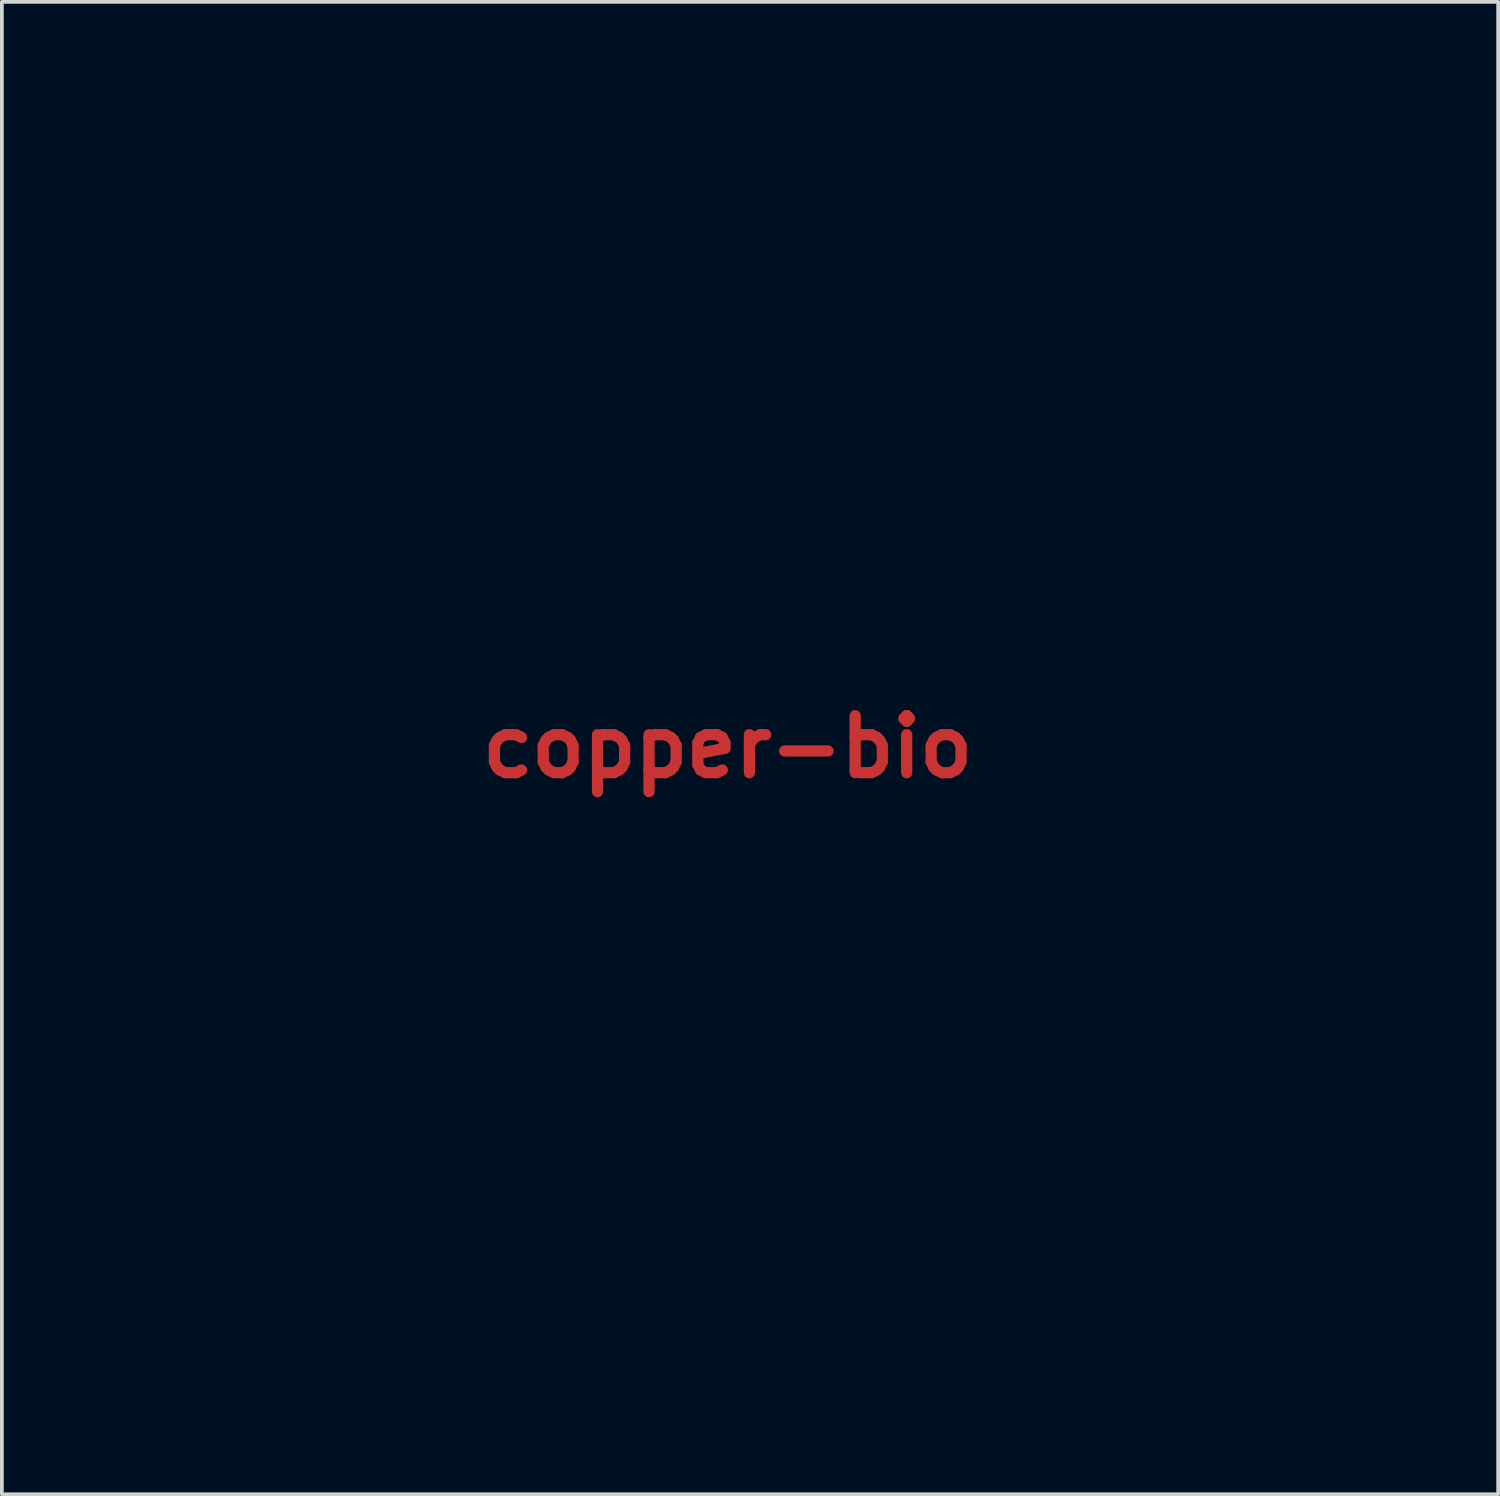
<source format=kicad_pcb>
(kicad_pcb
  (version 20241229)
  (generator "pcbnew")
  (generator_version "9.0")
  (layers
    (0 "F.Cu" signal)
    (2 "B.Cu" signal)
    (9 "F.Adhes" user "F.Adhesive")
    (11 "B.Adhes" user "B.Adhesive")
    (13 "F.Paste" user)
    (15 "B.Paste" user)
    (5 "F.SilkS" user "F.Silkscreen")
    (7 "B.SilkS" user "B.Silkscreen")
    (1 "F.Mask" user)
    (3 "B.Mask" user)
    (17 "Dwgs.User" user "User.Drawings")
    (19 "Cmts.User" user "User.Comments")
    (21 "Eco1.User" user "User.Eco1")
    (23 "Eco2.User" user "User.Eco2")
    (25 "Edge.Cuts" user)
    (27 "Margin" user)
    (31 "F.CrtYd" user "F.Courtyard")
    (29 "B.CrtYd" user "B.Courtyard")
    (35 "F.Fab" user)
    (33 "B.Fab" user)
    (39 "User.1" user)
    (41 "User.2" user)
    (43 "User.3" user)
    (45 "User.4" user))
  (footprint "copper-bio"
    (layer "F.Cu")
    (at 16.419 16.933)
    (property "Reference" "copper-bio" (at 0 0 0) (layer "F.Cu") (effects (font (size 1.524 1.524) (thickness 0.3))))
    (attr through_hole)
    (fp_poly (pts (xy -12.578 4.315) (xy -12.534 4.397) (xy -12.531 4.443) (xy -12.606 4.507) (xy -12.806 4.606) (xy -13.094 4.727) (xy -13.433 4.856) (xy -13.787 4.981) (xy -14.117 5.087) (xy -14.386 5.162) (xy -14.559 5.192) (xy -14.599 5.185) (xy -14.642 5.067) (xy -14.647 5) (xy -14.595 4.919) (xy -14.428 4.822) (xy -14.129 4.7) (xy -13.682 4.545) (xy -13.674 4.543) (xy -13.219 4.398) (xy -12.899 4.313) (xy -12.693 4.286) (xy -12.578 4.315)) (stroke (width 0.01) (type solid)) (fill yes) (layer "F.Mask"))
    (fp_poly (pts (xy -7.686 11.149) (xy -7.639 11.197) (xy -7.63 11.289) (xy -7.705 11.461) (xy -7.872 11.729) (xy -8.14 12.107) (xy -8.414 12.481) (xy -8.606 12.737) (xy -8.735 12.895) (xy -8.821 12.972) (xy -8.884 12.987) (xy -8.942 12.958) (xy -8.994 12.919) (xy -9.047 12.863) (xy -9.053 12.785) (xy -8.999 12.661) (xy -8.875 12.466) (xy -8.666 12.177) (xy -8.498 11.951) (xy -8.251 11.626) (xy -8.037 11.358) (xy -7.877 11.171) (xy -7.794 11.092) (xy -7.791 11.091) (xy -7.686 11.149)) (stroke (width 0.01) (type solid)) (fill yes) (layer "F.Mask"))
    (fp_poly (pts (xy 10.096 -12.76) (xy 10.109 -12.695) (xy 10.06 -12.586) (xy 9.933 -12.382) (xy 9.755 -12.116) (xy 9.547 -11.82) (xy 9.334 -11.528) (xy 9.14 -11.274) (xy 8.989 -11.089) (xy 8.904 -11.009) (xy 8.899 -11.008) (xy 8.79 -11.049) (xy 8.732 -11.083) (xy 8.68 -11.12) (xy 8.66 -11.167) (xy 8.684 -11.248) (xy 8.764 -11.384) (xy 8.912 -11.598) (xy 9.141 -11.914) (xy 9.305 -12.138) (xy 9.596 -12.514) (xy 9.815 -12.753) (xy 9.957 -12.848) (xy 9.982 -12.849) (xy 10.096 -12.76)) (stroke (width 0.01) (type solid)) (fill yes) (layer "F.Mask"))
    (fp_poly (pts (xy 14.683 1.79) (xy 14.952 1.82) (xy 15.285 1.864) (xy 15.642 1.915) (xy 15.981 1.967) (xy 16.262 2.014) (xy 16.442 2.05) (xy 16.486 2.065) (xy 16.484 2.156) (xy 16.461 2.232) (xy 16.331 2.341) (xy 16.067 2.35) (xy 15.917 2.323) (xy 15.779 2.3) (xy 15.52 2.262) (xy 15.187 2.216) (xy 15.05 2.197) (xy 14.69 2.145) (xy 14.468 2.097) (xy 14.352 2.042) (xy 14.311 1.97) (xy 14.309 1.939) (xy 14.363 1.811) (xy 14.521 1.778) (xy 14.683 1.79)) (stroke (width 0.01) (type solid)) (fill yes) (layer "F.Mask"))
    (fp_poly (pts (xy 15.736 -5.095) (xy 15.771 -4.999) (xy 15.772 -4.922) (xy 15.714 -4.851) (xy 15.571 -4.773) (xy 15.319 -4.674) (xy 14.933 -4.542) (xy 14.871 -4.521) (xy 14.492 -4.395) (xy 14.168 -4.287) (xy 13.936 -4.209) (xy 13.833 -4.174) (xy 13.741 -4.215) (xy 13.691 -4.318) (xy 13.693 -4.476) (xy 13.744 -4.535) (xy 13.944 -4.605) (xy 14.232 -4.703) (xy 14.57 -4.816) (xy 14.92 -4.931) (xy 15.241 -5.035) (xy 15.497 -5.115) (xy 15.647 -5.16) (xy 15.67 -5.165) (xy 15.736 -5.095)) (stroke (width 0.01) (type solid)) (fill yes) (layer "F.Mask"))
    (fp_poly (pts (xy -15.13 -2.331) (xy -14.921 -2.303) (xy -14.623 -2.261) (xy -14.275 -2.21) (xy -13.916 -2.158) (xy -13.586 -2.108) (xy -13.323 -2.068) (xy -13.168 -2.043) (xy -13.145 -2.038) (xy -13.127 -1.961) (xy -13.123 -1.863) (xy -13.131 -1.784) (xy -13.169 -1.733) (xy -13.263 -1.711) (xy -13.437 -1.716) (xy -13.717 -1.749) (xy -14.127 -1.81) (xy -14.393 -1.851) (xy -14.789 -1.916) (xy -15.045 -1.968) (xy -15.189 -2.017) (xy -15.249 -2.075) (xy -15.254 -2.15) (xy -15.253 -2.159) (xy -15.224 -2.302) (xy -15.211 -2.339) (xy -15.13 -2.331)) (stroke (width 0.01) (type solid)) (fill yes) (layer "F.Mask"))
    (fp_poly (pts (xy -12.818 -3.431) (xy -12.815 -3.323) (xy -12.861 -3.136) (xy -12.912 -2.9) (xy -12.965 -2.716) (xy -13.019 -2.634) (xy -13.024 -2.634) (xy -13.124 -2.655) (xy -13.355 -2.708) (xy -13.681 -2.784) (xy -14.055 -2.873) (xy -14.475 -2.975) (xy -14.757 -3.056) (xy -14.929 -3.125) (xy -15.019 -3.195) (xy -15.054 -3.277) (xy -15.055 -3.287) (xy -15.068 -3.376) (xy -15.056 -3.432) (xy -14.993 -3.453) (xy -14.854 -3.44) (xy -14.61 -3.391) (xy -14.236 -3.307) (xy -14.082 -3.272) (xy -13.219 -3.075) (xy -13.17 -3.273) (xy -13.063 -3.439) (xy -12.947 -3.471) (xy -12.818 -3.431)) (stroke (width 0.01) (type solid)) (fill yes) (layer "F.Mask"))
    (fp_poly (pts (xy -14.533 -4.782) (xy -14.299 -4.732) (xy -13.983 -4.643) (xy -13.746 -4.568) (xy -13.365 -4.446) (xy -13.112 -4.379) (xy -12.96 -4.363) (xy -12.879 -4.392) (xy -12.861 -4.414) (xy -12.794 -4.575) (xy -12.786 -4.628) (xy -12.718 -4.689) (xy -12.615 -4.681) (xy -12.502 -4.646) (xy -12.458 -4.589) (xy -12.475 -4.462) (xy -12.544 -4.222) (xy -12.601 -4.061) (xy -12.674 -3.959) (xy -12.791 -3.916) (xy -12.978 -3.931) (xy -13.26 -4.005) (xy -13.665 -4.137) (xy -13.864 -4.205) (xy -14.304 -4.367) (xy -14.587 -4.502) (xy -14.723 -4.618) (xy -14.721 -4.72) (xy -14.645 -4.785) (xy -14.533 -4.782)) (stroke (width 0.01) (type solid)) (fill yes) (layer "F.Mask"))
    (fp_poly (pts (xy 14.041 3.936) (xy 14.176 3.982) (xy 14.432 4.064) (xy 14.77 4.169) (xy 15.048 4.255) (xy 15.456 4.387) (xy 15.721 4.49) (xy 15.867 4.578) (xy 15.917 4.659) (xy 15.917 4.669) (xy 15.886 4.813) (xy 15.854 4.85) (xy 15.752 4.84) (xy 15.525 4.786) (xy 15.209 4.697) (xy 14.922 4.609) (xy 14.539 4.49) (xy 14.289 4.421) (xy 14.143 4.397) (xy 14.075 4.416) (xy 14.055 4.473) (xy 14.055 4.491) (xy 13.994 4.671) (xy 13.839 4.729) (xy 13.758 4.711) (xy 13.694 4.659) (xy 13.691 4.548) (xy 13.752 4.334) (xy 13.772 4.274) (xy 13.87 4.034) (xy 13.96 3.934) (xy 14.041 3.936)) (stroke (width 0.01) (type solid)) (fill yes) (layer "F.Mask"))
    (fp_poly (pts (xy 14.259 2.741) (xy 14.481 2.777) (xy 14.805 2.838) (xy 15.197 2.918) (xy 15.259 2.931) (xy 15.697 3.026) (xy 15.994 3.1) (xy 16.174 3.161) (xy 16.262 3.218) (xy 16.283 3.281) (xy 16.278 3.313) (xy 16.241 3.401) (xy 16.168 3.449) (xy 16.029 3.456) (xy 15.797 3.423) (xy 15.442 3.348) (xy 15.24 3.302) (xy 14.863 3.215) (xy 14.62 3.165) (xy 14.481 3.151) (xy 14.414 3.175) (xy 14.39 3.236) (xy 14.378 3.322) (xy 14.293 3.486) (xy 14.19 3.543) (xy 14.096 3.544) (xy 14.059 3.476) (xy 14.068 3.297) (xy 14.085 3.169) (xy 14.123 2.927) (xy 14.157 2.768) (xy 14.169 2.736) (xy 14.259 2.741)) (stroke (width 0.01) (type solid)) (fill yes) (layer "F.Mask"))
    (fp_poly (pts (xy 7.913 11.882) (xy 8.003 11.971) (xy 8.168 12.206) (xy 8.409 12.588) (xy 8.726 13.118) (xy 8.838 13.309) (xy 9.07 13.707) (xy 8.729 13.881) (xy 8.489 14) (xy 8.355 14.043) (xy 8.285 14.012) (xy 8.237 13.912) (xy 8.237 13.912) (xy 8.227 13.779) (xy 8.261 13.741) (xy 8.461 13.643) (xy 8.508 13.522) (xy 8.425 13.347) (xy 8.298 13.199) (xy 8.177 13.186) (xy 8.128 13.208) (xy 7.972 13.233) (xy 7.854 13.166) (xy 7.813 13.055) (xy 7.891 12.946) (xy 7.899 12.942) (xy 8.008 12.857) (xy 8.029 12.748) (xy 7.958 12.573) (xy 7.824 12.348) (xy 7.697 12.127) (xy 7.666 11.998) (xy 7.718 11.928) (xy 7.865 11.878) (xy 7.913 11.882)) (stroke (width 0.01) (type solid)) (fill yes) (layer "F.Mask"))
    (fp_poly (pts (xy -7.029 -13.929) (xy -6.947 -13.804) (xy -7.014 -13.651) (xy -7.087 -13.586) (xy -7.182 -13.483) (xy -7.167 -13.345) (xy -7.131 -13.258) (xy -7.025 -13.1) (xy -6.88 -13.075) (xy -6.826 -13.086) (xy -6.636 -13.087) (xy -6.546 -13.002) (xy -6.585 -12.873) (xy -6.648 -12.816) (xy -6.73 -12.742) (xy -6.747 -12.655) (xy -6.692 -12.509) (xy -6.573 -12.283) (xy -6.447 -12.043) (xy -6.398 -11.907) (xy -6.421 -11.832) (xy -6.507 -11.775) (xy -6.583 -11.753) (xy -6.663 -11.786) (xy -6.764 -11.896) (xy -6.903 -12.105) (xy -7.1 -12.433) (xy -7.187 -12.583) (xy -7.386 -12.933) (xy -7.55 -13.231) (xy -7.662 -13.446) (xy -7.705 -13.547) (xy -7.705 -13.548) (xy -7.636 -13.643) (xy -7.47 -13.762) (xy -7.271 -13.87) (xy -7.099 -13.931) (xy -7.029 -13.929)) (stroke (width 0.01) (type solid)) (fill yes) (layer "F.Mask"))
    (fp_poly (pts (xy 10.925 10.837) (xy 11.686 11.642) (xy 11.39 11.917) (xy 11.182 12.081) (xy 10.999 12.18) (xy 10.94 12.192) (xy 10.822 12.131) (xy 10.625 11.967) (xy 10.377 11.725) (xy 10.177 11.51) (xy 9.928 11.225) (xy 9.728 10.982) (xy 9.601 10.812) (xy 9.567 10.747) (xy 9.58 10.722) (xy 10.045 10.722) (xy 10.11 10.854) (xy 10.277 11.06) (xy 10.458 11.255) (xy 10.726 11.529) (xy 10.906 11.691) (xy 11.02 11.756) (xy 11.092 11.74) (xy 11.12 11.705) (xy 11.084 11.618) (xy 10.957 11.44) (xy 10.761 11.202) (xy 10.663 11.092) (xy 10.408 10.82) (xy 10.235 10.667) (xy 10.124 10.618) (xy 10.068 10.641) (xy 10.045 10.722) (xy 9.58 10.722) (xy 9.621 10.643) (xy 9.759 10.468) (xy 9.866 10.349) (xy 10.165 10.033) (xy 10.925 10.837)) (stroke (width 0.01) (type solid)) (fill yes) (layer "F.Mask"))
    (fp_poly (pts (xy 16.585 0.305) (xy 16.581 0.434) (xy 16.548 0.546) (xy 16.462 0.614) (xy 16.282 0.656) (xy 16.022 0.686) (xy 15.673 0.727) (xy 15.492 0.768) (xy 15.478 0.811) (xy 15.63 0.855) (xy 15.808 0.885) (xy 16.18 0.944) (xy 16.414 0.998) (xy 16.54 1.059) (xy 16.59 1.14) (xy 16.595 1.195) (xy 16.525 1.315) (xy 16.345 1.354) (xy 16.129 1.312) (xy 16.014 1.282) (xy 15.774 1.225) (xy 15.449 1.151) (xy 15.219 1.1) (xy 14.841 1.013) (xy 14.6 0.945) (xy 14.464 0.882) (xy 14.406 0.811) (xy 14.393 0.723) (xy 14.404 0.633) (xy 14.458 0.57) (xy 14.584 0.523) (xy 14.815 0.481) (xy 15.181 0.434) (xy 15.219 0.429) (xy 15.61 0.381) (xy 15.969 0.333) (xy 16.24 0.295) (xy 16.327 0.281) (xy 16.516 0.26) (xy 16.585 0.305)) (stroke (width 0.01) (type solid)) (fill yes) (layer "F.Mask"))
    (fp_poly (pts (xy -15.155 -1.322) (xy -14.9 -1.272) (xy -14.52 -1.183) (xy -14.224 -1.112) (xy -13.803 -1.007) (xy -13.52 -0.925) (xy -13.348 -0.855) (xy -13.258 -0.784) (xy -13.225 -0.702) (xy -13.224 -0.696) (xy -13.218 -0.608) (xy -13.25 -0.543) (xy -13.344 -0.493) (xy -13.526 -0.449) (xy -13.823 -0.404) (xy -14.26 -0.348) (xy -14.301 -0.342) (xy -14.752 -0.289) (xy -15.062 -0.262) (xy -15.257 -0.262) (xy -15.362 -0.293) (xy -15.404 -0.354) (xy -15.409 -0.412) (xy -15.344 -0.53) (xy -15.142 -0.613) (xy -14.792 -0.665) (xy -14.393 -0.686) (xy -14.222 -0.693) (xy -14.168 -0.709) (xy -14.245 -0.738) (xy -14.466 -0.79) (xy -14.69 -0.837) (xy -15.031 -0.914) (xy -15.239 -0.98) (xy -15.347 -1.052) (xy -15.391 -1.146) (xy -15.394 -1.166) (xy -15.403 -1.257) (xy -15.382 -1.314) (xy -15.307 -1.336) (xy -15.155 -1.322)) (stroke (width 0.01) (type solid)) (fill yes) (layer "F.Mask"))
    (fp_poly (pts (xy -10.969 7.713) (xy -10.931 7.744) (xy -10.845 7.872) (xy -10.885 8.013) (xy -10.908 8.053) (xy -10.975 8.222) (xy -10.902 8.313) (xy -10.683 8.34) (xy -10.496 8.386) (xy -10.434 8.473) (xy -10.474 8.56) (xy -10.634 8.681) (xy -10.926 8.845) (xy -11.33 9.044) (xy -11.695 9.215) (xy -12.007 9.354) (xy -12.233 9.448) (xy -12.34 9.483) (xy -12.34 9.483) (xy -12.442 9.415) (xy -12.48 9.347) (xy -12.453 9.227) (xy -12.311 9.011) (xy -12.222 8.902) (xy -11.811 8.902) (xy -11.493 8.753) (xy -11.289 8.633) (xy -11.245 8.539) (xy -11.261 8.517) (xy -11.374 8.505) (xy -11.553 8.64) (xy -11.579 8.666) (xy -11.811 8.902) (xy -12.222 8.902) (xy -12.05 8.694) (xy -11.797 8.412) (xy -11.493 8.084) (xy -11.279 7.866) (xy -11.135 7.743) (xy -11.038 7.697) (xy -10.969 7.713)) (stroke (width 0.01) (type solid)) (fill yes) (layer "F.Mask"))
    (fp_poly (pts (xy -11.691 6.6) (xy -11.544 6.744) (xy -11.423 6.966) (xy -11.362 7.192) (xy -11.371 7.312) (xy -11.467 7.408) (xy -11.676 7.551) (xy -11.958 7.72) (xy -12.273 7.893) (xy -12.581 8.047) (xy -12.84 8.161) (xy -13.011 8.212) (xy -13.026 8.213) (xy -13.202 8.148) (xy -13.33 8.024) (xy -13.439 7.766) (xy -13.431 7.512) (xy -13.321 7.31) (xy -13.124 7.205) (xy -13.069 7.199) (xy -12.951 7.259) (xy -12.917 7.399) (xy -12.978 7.547) (xy -13.016 7.583) (xy -13.111 7.706) (xy -13.081 7.779) (xy -12.97 7.783) (xy -12.764 7.713) (xy -12.504 7.59) (xy -12.232 7.44) (xy -11.991 7.284) (xy -11.823 7.146) (xy -11.769 7.057) (xy -11.817 6.972) (xy -11.949 6.988) (xy -12.137 6.977) (xy -12.259 6.847) (xy -12.275 6.766) (xy -12.205 6.678) (xy -12.036 6.608) (xy -11.84 6.576) (xy -11.691 6.6)) (stroke (width 0.01) (type solid)) (fill yes) (layer "F.Mask"))
    (fp_poly (pts (xy -4.749 -14.774) (xy -4.71 -14.722) (xy -4.608 -14.543) (xy -4.572 -14.423) (xy -4.635 -14.318) (xy -4.773 -14.294) (xy -4.913 -14.357) (xy -4.954 -14.407) (xy -5.069 -14.504) (xy -5.144 -14.491) (xy -5.181 -14.415) (xy -5.157 -14.252) (xy -5.066 -13.979) (xy -4.971 -13.737) (xy -4.81 -13.371) (xy -4.686 -13.159) (xy -4.601 -13.106) (xy -4.597 -13.108) (xy -4.522 -13.233) (xy -4.515 -13.333) (xy -4.473 -13.48) (xy -4.351 -13.525) (xy -4.21 -13.46) (xy -4.15 -13.379) (xy -4.092 -13.131) (xy -4.192 -12.926) (xy -4.419 -12.792) (xy -4.689 -12.714) (xy -4.857 -12.718) (xy -4.969 -12.803) (xy -4.971 -12.806) (xy -5.057 -12.96) (xy -5.174 -13.222) (xy -5.303 -13.544) (xy -5.425 -13.878) (xy -5.524 -14.176) (xy -5.581 -14.389) (xy -5.588 -14.446) (xy -5.52 -14.663) (xy -5.31 -14.808) (xy -5.104 -14.867) (xy -4.893 -14.876) (xy -4.749 -14.774)) (stroke (width 0.01) (type solid)) (fill yes) (layer "F.Mask"))
    (fp_poly (pts (xy -8.244 -13.083) (xy -8.256 -12.922) (xy -8.335 -12.79) (xy -8.43 -12.644) (xy -8.396 -12.502) (xy -8.367 -12.454) (xy -8.217 -12.298) (xy -8.061 -12.309) (xy -7.983 -12.37) (xy -7.888 -12.402) (xy -7.794 -12.284) (xy -7.741 -12.138) (xy -7.807 -12.063) (xy -7.828 -12.055) (xy -7.94 -11.978) (xy -7.928 -11.86) (xy -7.805 -11.682) (xy -7.674 -11.555) (xy -7.547 -11.554) (xy -7.455 -11.597) (xy -7.296 -11.658) (xy -7.204 -11.611) (xy -7.187 -11.587) (xy -7.122 -11.462) (xy -7.114 -11.43) (xy -7.177 -11.36) (xy -7.328 -11.244) (xy -7.51 -11.121) (xy -7.665 -11.03) (xy -7.728 -11.007) (xy -7.803 -11.07) (xy -7.944 -11.235) (xy -8.109 -11.451) (xy -8.441 -11.906) (xy -8.681 -12.244) (xy -8.836 -12.488) (xy -8.912 -12.661) (xy -8.915 -12.783) (xy -8.851 -12.877) (xy -8.726 -12.966) (xy -8.557 -13.065) (xy -8.38 -13.159) (xy -8.292 -13.162) (xy -8.244 -13.083)) (stroke (width 0.01) (type solid)) (fill yes) (layer "F.Mask"))
    (fp_poly (pts (xy 6.187 12.885) (xy 6.266 12.978) (xy 6.378 13.192) (xy 6.509 13.486) (xy 6.641 13.818) (xy 6.759 14.147) (xy 6.848 14.432) (xy 6.89 14.633) (xy 6.887 14.694) (xy 6.754 14.839) (xy 6.513 14.945) (xy 6.231 14.986) (xy 6.036 14.907) (xy 5.936 14.761) (xy 5.877 14.584) (xy 5.915 14.487) (xy 5.944 14.466) (xy 6.112 14.399) (xy 6.215 14.476) (xy 6.235 14.52) (xy 6.322 14.616) (xy 6.442 14.649) (xy 6.517 14.604) (xy 6.52 14.584) (xy 6.488 14.439) (xy 6.404 14.209) (xy 6.287 13.934) (xy 6.158 13.658) (xy 6.035 13.422) (xy 5.939 13.269) (xy 5.895 13.235) (xy 5.822 13.335) (xy 5.815 13.428) (xy 5.765 13.607) (xy 5.619 13.71) (xy 5.58 13.715) (xy 5.49 13.644) (xy 5.421 13.474) (xy 5.392 13.276) (xy 5.419 13.122) (xy 5.558 13.003) (xy 5.789 12.911) (xy 6.036 12.869) (xy 6.187 12.885)) (stroke (width 0.01) (type solid)) (fill yes) (layer "F.Mask"))
    (fp_poly (pts (xy 9.056 11.155) (xy 9.198 11.325) (xy 9.389 11.568) (xy 9.603 11.852) (xy 9.817 12.144) (xy 10.006 12.411) (xy 10.146 12.62) (xy 10.211 12.735) (xy 10.177 12.859) (xy 10.027 13.024) (xy 9.967 13.072) (xy 9.757 13.226) (xy 9.639 13.28) (xy 9.573 13.241) (xy 9.53 13.148) (xy 9.548 12.977) (xy 9.643 12.873) (xy 9.755 12.773) (xy 9.754 12.685) (xy 9.651 12.547) (xy 9.509 12.416) (xy 9.376 12.416) (xy 9.326 12.439) (xy 9.164 12.478) (xy 9.056 12.399) (xy 8.999 12.281) (xy 9.082 12.175) (xy 9.106 12.157) (xy 9.207 12.066) (xy 9.205 11.971) (xy 9.116 11.821) (xy 8.996 11.655) (xy 8.898 11.611) (xy 8.753 11.667) (xy 8.706 11.692) (xy 8.535 11.74) (xy 8.436 11.685) (xy 8.408 11.592) (xy 8.498 11.461) (xy 8.633 11.338) (xy 8.821 11.19) (xy 8.957 11.102) (xy 8.986 11.091) (xy 9.056 11.155)) (stroke (width 0.01) (type solid)) (fill yes) (layer "F.Mask"))
    (fp_poly (pts (xy 15.153 -6.642) (xy 15.111 -6.513) (xy 14.93 -6.369) (xy 14.753 -6.279) (xy 14.351 -6.102) (xy 14.871 -6.099) (xy 15.184 -6.085) (xy 15.363 -6.043) (xy 15.442 -5.965) (xy 15.443 -5.962) (xy 15.48 -5.844) (xy 15.456 -5.779) (xy 15.342 -5.755) (xy 15.106 -5.763) (xy 14.922 -5.775) (xy 14.351 -5.816) (xy 13.974 -5.363) (xy 13.778 -5.138) (xy 13.621 -4.976) (xy 13.536 -4.911) (xy 13.535 -4.911) (xy 13.464 -4.98) (xy 13.417 -5.088) (xy 13.417 -5.247) (xy 13.532 -5.435) (xy 13.64 -5.554) (xy 13.795 -5.74) (xy 13.812 -5.829) (xy 13.695 -5.819) (xy 13.461 -5.715) (xy 13.287 -5.636) (xy 13.194 -5.652) (xy 13.126 -5.752) (xy 13.082 -5.896) (xy 13.102 -5.955) (xy 13.287 -6.053) (xy 13.565 -6.181) (xy 13.896 -6.323) (xy 14.244 -6.465) (xy 14.571 -6.591) (xy 14.838 -6.685) (xy 15.008 -6.734) (xy 15.045 -6.736) (xy 15.153 -6.642)) (stroke (width 0.01) (type solid)) (fill yes) (layer "F.Mask"))
    (fp_poly (pts (xy -12.307 5.127) (xy -12.312 5.304) (xy -12.412 5.503) (xy -12.485 5.585) (xy -12.655 5.768) (xy -12.683 5.862) (xy -12.57 5.863) (xy -12.389 5.799) (xy -12.173 5.723) (xy -12.056 5.73) (xy -12.009 5.777) (xy -11.961 5.921) (xy -11.965 5.963) (xy -12.044 6.015) (xy -12.242 6.117) (xy -12.523 6.253) (xy -12.851 6.406) (xy -13.189 6.559) (xy -13.502 6.695) (xy -13.752 6.799) (xy -13.903 6.854) (xy -13.927 6.858) (xy -13.974 6.792) (xy -14.003 6.724) (xy -14.042 6.602) (xy -14.019 6.523) (xy -13.901 6.447) (xy -13.695 6.353) (xy -13.335 6.193) (xy -13.777 6.187) (xy -14.061 6.168) (xy -14.225 6.11) (xy -14.306 6.017) (xy -14.376 5.869) (xy -14.393 5.812) (xy -14.316 5.797) (xy -14.112 5.795) (xy -13.822 5.807) (xy -13.78 5.809) (xy -13.166 5.849) (xy -12.827 5.423) (xy -12.64 5.208) (xy -12.486 5.064) (xy -12.404 5.024) (xy -12.307 5.127)) (stroke (width 0.01) (type solid)) (fill yes) (layer "F.Mask"))
    (fp_poly (pts (xy -3.254 -15.365) (xy -3.155 -15.272) (xy -3.065 -15.085) (xy -2.968 -14.78) (xy -2.858 -14.377) (xy -2.758 -13.977) (xy -2.707 -13.706) (xy -2.701 -13.534) (xy -2.736 -13.428) (xy -2.742 -13.419) (xy -2.874 -13.329) (xy -3.089 -13.258) (xy -3.321 -13.219) (xy -3.508 -13.224) (xy -3.578 -13.262) (xy -3.618 -13.37) (xy -3.689 -13.604) (xy -3.78 -13.927) (xy -3.857 -14.208) (xy -3.967 -14.64) (xy -4.004 -14.857) (xy -3.581 -14.857) (xy -3.565 -14.581) (xy -3.468 -14.158) (xy -3.433 -14.034) (xy -3.325 -13.72) (xy -3.229 -13.567) (xy -3.14 -13.567) (xy -3.098 -13.619) (xy -3.094 -13.734) (xy -3.134 -13.949) (xy -3.205 -14.22) (xy -3.292 -14.504) (xy -3.382 -14.756) (xy -3.462 -14.931) (xy -3.517 -14.986) (xy -3.581 -14.857) (xy -4.004 -14.857) (xy -4.018 -14.939) (xy -4.004 -15.134) (xy -3.917 -15.253) (xy -3.749 -15.325) (xy -3.551 -15.367) (xy -3.381 -15.389) (xy -3.254 -15.365)) (stroke (width 0.01) (type solid)) (fill yes) (layer "F.Mask"))
    (fp_poly (pts (xy 12.213 7.834) (xy 12.408 7.952) (xy 12.675 8.123) (xy 12.981 8.323) (xy 13.292 8.531) (xy 13.574 8.725) (xy 13.794 8.882) (xy 13.877 8.944) (xy 13.852 9.019) (xy 13.763 9.18) (xy 13.645 9.373) (xy 13.531 9.546) (xy 13.452 9.644) (xy 13.44 9.651) (xy 13.362 9.611) (xy 13.293 9.569) (xy 13.212 9.486) (xy 13.242 9.369) (xy 13.282 9.3) (xy 13.35 9.152) (xy 13.303 9.042) (xy 13.207 8.957) (xy 13.056 8.856) (xy 12.949 8.869) (xy 12.876 8.926) (xy 12.712 9.007) (xy 12.586 8.967) (xy 12.548 8.84) (xy 12.59 8.73) (xy 12.642 8.599) (xy 12.576 8.495) (xy 12.478 8.425) (xy 12.272 8.338) (xy 12.104 8.346) (xy 12.024 8.445) (xy 12.023 8.464) (xy 11.961 8.539) (xy 11.833 8.54) (xy 11.725 8.465) (xy 11.734 8.345) (xy 11.816 8.157) (xy 11.936 7.962) (xy 12.058 7.822) (xy 12.123 7.789) (xy 12.213 7.834)) (stroke (width 0.01) (type solid)) (fill yes) (layer "F.Mask"))
    (fp_poly (pts (xy -12.669 -8.02) (xy -12.562 -7.871) (xy -12.59 -7.734) (xy -12.727 -7.663) (xy -12.836 -7.672) (xy -12.998 -7.68) (xy -13.038 -7.608) (xy -12.968 -7.509) (xy -12.788 -7.373) (xy -12.541 -7.222) (xy -12.27 -7.08) (xy -12.018 -6.97) (xy -11.83 -6.914) (xy -11.754 -6.924) (xy -11.741 -7.024) (xy -11.844 -7.131) (xy -12.011 -7.212) (xy -12.193 -7.238) (xy -12.241 -7.23) (xy -12.408 -7.226) (xy -12.48 -7.268) (xy -12.485 -7.389) (xy -12.434 -7.566) (xy -12.357 -7.725) (xy -12.284 -7.789) (xy -12.19 -7.749) (xy -11.995 -7.648) (xy -11.79 -7.533) (xy -11.491 -7.323) (xy -11.351 -7.115) (xy -11.361 -6.882) (xy -11.482 -6.643) (xy -11.607 -6.506) (xy -11.765 -6.456) (xy -11.982 -6.498) (xy -12.286 -6.637) (xy -12.581 -6.802) (xy -12.995 -7.052) (xy -13.271 -7.247) (xy -13.424 -7.407) (xy -13.469 -7.556) (xy -13.418 -7.715) (xy -13.287 -7.905) (xy -13.071 -8.091) (xy -12.843 -8.109) (xy -12.669 -8.02)) (stroke (width 0.01) (type solid)) (fill yes) (layer "F.Mask"))
    (fp_poly (pts (xy -12.029 -9.49) (xy -11.957 -9.412) (xy -11.988 -9.297) (xy -12.043 -9.208) (xy -12.123 -9.063) (xy -12.098 -8.97) (xy -11.945 -8.865) (xy -11.93 -8.856) (xy -11.759 -8.766) (xy -11.674 -8.769) (xy -11.632 -8.842) (xy -11.553 -8.96) (xy -11.428 -8.94) (xy -11.358 -8.899) (xy -11.287 -8.798) (xy -11.333 -8.66) (xy -11.37 -8.529) (xy -11.3 -8.412) (xy -11.175 -8.31) (xy -11.009 -8.194) (xy -10.923 -8.177) (xy -10.859 -8.257) (xy -10.837 -8.297) (xy -10.729 -8.442) (xy -10.601 -8.441) (xy -10.505 -8.387) (xy -10.446 -8.316) (xy -10.48 -8.202) (xy -10.615 -8.008) (xy -10.767 -7.825) (xy -10.882 -7.717) (xy -10.91 -7.705) (xy -11.001 -7.751) (xy -11.2 -7.875) (xy -11.478 -8.06) (xy -11.792 -8.276) (xy -12.112 -8.507) (xy -12.374 -8.709) (xy -12.55 -8.86) (xy -12.612 -8.936) (xy -12.563 -9.05) (xy -12.437 -9.23) (xy -12.383 -9.296) (xy -12.204 -9.471) (xy -12.074 -9.509) (xy -12.029 -9.49)) (stroke (width 0.01) (type solid)) (fill yes) (layer "F.Mask"))
    (fp_poly (pts (xy 4.708 13.342) (xy 4.834 13.45) (xy 4.948 13.674) (xy 5.071 14.034) (xy 5.129 14.229) (xy 5.254 14.692) (xy 5.318 15.019) (xy 5.323 15.231) (xy 5.271 15.35) (xy 5.247 15.369) (xy 4.998 15.475) (xy 4.741 15.513) (xy 4.549 15.474) (xy 4.536 15.465) (xy 4.453 15.34) (xy 4.349 15.095) (xy 4.238 14.775) (xy 4.134 14.428) (xy 4.05 14.097) (xy 4.001 13.829) (xy 3.997 13.731) (xy 4.36 13.731) (xy 4.366 13.821) (xy 4.412 14.032) (xy 4.486 14.321) (xy 4.578 14.648) (xy 4.676 14.971) (xy 4.701 15.05) (xy 4.804 15.142) (xy 4.875 15.155) (xy 4.974 15.105) (xy 4.975 15.05) (xy 4.935 14.919) (xy 4.867 14.676) (xy 4.784 14.373) (xy 4.782 14.364) (xy 4.665 14.009) (xy 4.544 13.783) (xy 4.427 13.701) (xy 4.36 13.731) (xy 3.997 13.731) (xy 3.996 13.689) (xy 4.105 13.518) (xy 4.344 13.388) (xy 4.551 13.328) (xy 4.708 13.342)) (stroke (width 0.01) (type solid)) (fill yes) (layer "F.Mask"))
    (fp_poly (pts (xy 13.289 6.623) (xy 13.617 6.779) (xy 13.77 6.858) (xy 14.212 7.107) (xy 14.505 7.317) (xy 14.658 7.507) (xy 14.682 7.693) (xy 14.586 7.892) (xy 14.467 8.036) (xy 14.27 8.188) (xy 14.08 8.185) (xy 13.93 8.098) (xy 13.822 7.948) (xy 13.849 7.804) (xy 13.989 7.727) (xy 14.064 7.726) (xy 14.222 7.709) (xy 14.278 7.662) (xy 14.225 7.584) (xy 14.058 7.462) (xy 13.819 7.318) (xy 13.55 7.174) (xy 13.293 7.054) (xy 13.09 6.978) (xy 12.983 6.97) (xy 12.981 6.972) (xy 12.98 7.067) (xy 13.086 7.183) (xy 13.247 7.282) (xy 13.411 7.327) (xy 13.473 7.32) (xy 13.667 7.3) (xy 13.74 7.394) (xy 13.686 7.595) (xy 13.668 7.63) (xy 13.537 7.885) (xy 13.102 7.639) (xy 12.78 7.44) (xy 12.6 7.274) (xy 12.545 7.116) (xy 12.599 6.937) (xy 12.632 6.88) (xy 12.766 6.682) (xy 12.898 6.574) (xy 13.061 6.554) (xy 13.289 6.623)) (stroke (width 0.01) (type solid)) (fill yes) (layer "F.Mask"))
    (fp_poly (pts (xy -13.901 -6.4) (xy -13.664 -6.366) (xy -13.343 -6.309) (xy -12.978 -6.238) (xy -12.609 -6.162) (xy -12.276 -6.088) (xy -12.021 -6.023) (xy -11.883 -5.978) (xy -11.873 -5.971) (xy -11.863 -5.876) (xy -11.953 -5.76) (xy -12.092 -5.682) (xy -12.15 -5.673) (xy -12.323 -5.622) (xy -12.397 -5.506) (xy -12.347 -5.379) (xy -12.299 -5.345) (xy -12.205 -5.244) (xy -12.241 -5.083) (xy -12.241 -5.081) (xy -12.281 -5.01) (xy -12.338 -4.98) (xy -12.436 -5.003) (xy -12.6 -5.089) (xy -12.855 -5.249) (xy -13.226 -5.491) (xy -13.231 -5.495) (xy -13.661 -5.79) (xy -13.853 -5.942) (xy -13.25 -5.942) (xy -12.996 -5.778) (xy -12.823 -5.69) (xy -12.72 -5.681) (xy -12.712 -5.691) (xy -12.708 -5.791) (xy -12.713 -5.798) (xy -12.808 -5.836) (xy -12.995 -5.885) (xy -12.997 -5.885) (xy -13.25 -5.942) (xy -13.853 -5.942) (xy -13.949 -6.018) (xy -14.102 -6.188) (xy -14.129 -6.31) (xy -14.038 -6.393) (xy -14.014 -6.404) (xy -13.901 -6.4)) (stroke (width 0.01) (type solid)) (fill yes) (layer "F.Mask"))
    (fp_poly (pts (xy 3.277 13.67) (xy 3.304 13.692) (xy 3.339 13.797) (xy 3.391 14.029) (xy 3.451 14.343) (xy 3.514 14.7) (xy 3.57 15.056) (xy 3.614 15.37) (xy 3.638 15.6) (xy 3.641 15.66) (xy 3.583 15.804) (xy 3.473 15.833) (xy 3.335 15.77) (xy 3.176 15.572) (xy 3.046 15.346) (xy 2.924 15.134) (xy 2.845 15.033) (xy 2.825 15.061) (xy 2.827 15.071) (xy 2.897 15.446) (xy 2.936 15.687) (xy 2.941 15.825) (xy 2.912 15.895) (xy 2.849 15.927) (xy 2.801 15.94) (xy 2.65 15.934) (xy 2.583 15.804) (xy 2.538 15.575) (xy 2.481 15.258) (xy 2.421 14.896) (xy 2.364 14.538) (xy 2.318 14.227) (xy 2.291 14.012) (xy 2.286 13.949) (xy 2.355 13.824) (xy 2.454 13.801) (xy 2.591 13.863) (xy 2.749 14.06) (xy 2.879 14.287) (xy 3.137 14.774) (xy 3.086 14.393) (xy 3.047 14.129) (xy 3.008 13.921) (xy 2.997 13.874) (xy 3.028 13.746) (xy 3.147 13.663) (xy 3.277 13.67)) (stroke (width 0.01) (type solid)) (fill yes) (layer "F.Mask"))
    (fp_poly (pts (xy 13.744 5.128) (xy 13.946 5.239) (xy 14.247 5.426) (xy 14.502 5.59) (xy 14.878 5.836) (xy 15.129 6.012) (xy 15.277 6.136) (xy 15.342 6.227) (xy 15.344 6.305) (xy 15.325 6.35) (xy 15.281 6.428) (xy 15.23 6.477) (xy 15.143 6.496) (xy 14.993 6.482) (xy 14.751 6.435) (xy 14.389 6.353) (xy 14.097 6.284) (xy 13.724 6.196) (xy 13.416 6.121) (xy 13.209 6.068) (xy 13.137 6.045) (xy 13.136 5.959) (xy 13.165 5.845) (xy 13.181 5.821) (xy 13.965 5.821) (xy 14.032 5.889) (xy 14.156 5.939) (xy 14.375 5.992) (xy 14.439 5.983) (xy 14.344 5.911) (xy 14.266 5.867) (xy 14.077 5.771) (xy 13.992 5.753) (xy 13.966 5.807) (xy 13.965 5.821) (xy 13.181 5.821) (xy 13.255 5.714) (xy 13.385 5.717) (xy 13.539 5.707) (xy 13.61 5.6) (xy 13.576 5.457) (xy 13.512 5.392) (xy 13.419 5.287) (xy 13.468 5.162) (xy 13.48 5.144) (xy 13.536 5.092) (xy 13.616 5.083) (xy 13.744 5.128)) (stroke (width 0.01) (type solid)) (fill yes) (layer "F.Mask"))
    (fp_poly (pts (xy 14.208 -8.175) (xy 14.343 -8.071) (xy 14.481 -7.875) (xy 14.505 -7.827) (xy 14.591 -7.628) (xy 14.59 -7.502) (xy 14.491 -7.372) (xy 14.425 -7.305) (xy 14.274 -7.164) (xy 14.187 -7.136) (xy 14.108 -7.211) (xy 14.083 -7.244) (xy 14.01 -7.381) (xy 14.065 -7.478) (xy 14.111 -7.513) (xy 14.205 -7.626) (xy 14.164 -7.714) (xy 14.066 -7.736) (xy 13.879 -7.674) (xy 13.584 -7.521) (xy 13.47 -7.456) (xy 13.193 -7.286) (xy 12.984 -7.144) (xy 12.876 -7.052) (xy 12.869 -7.038) (xy 12.928 -6.919) (xy 13.078 -6.922) (xy 13.129 -6.946) (xy 13.258 -6.976) (xy 13.333 -6.863) (xy 13.338 -6.847) (xy 13.334 -6.661) (xy 13.181 -6.551) (xy 12.946 -6.521) (xy 12.759 -6.57) (xy 12.608 -6.744) (xy 12.573 -6.805) (xy 12.485 -7.022) (xy 12.463 -7.195) (xy 12.468 -7.218) (xy 12.569 -7.328) (xy 12.782 -7.483) (xy 13.068 -7.661) (xy 13.388 -7.841) (xy 13.703 -8.002) (xy 13.974 -8.121) (xy 14.161 -8.177) (xy 14.208 -8.175)) (stroke (width 0.01) (type solid)) (fill yes) (layer "F.Mask"))
    (fp_poly (pts (xy -9.551 -12.047) (xy -9.367 -11.889) (xy -9.134 -11.664) (xy -8.884 -11.404) (xy -8.645 -11.142) (xy -8.449 -10.908) (xy -8.325 -10.734) (xy -8.297 -10.667) (xy -8.353 -10.548) (xy -8.489 -10.373) (xy -8.659 -10.189) (xy -8.819 -10.046) (xy -8.92 -9.994) (xy -9.011 -10.056) (xy -9.186 -10.221) (xy -9.419 -10.465) (xy -9.673 -10.747) (xy -9.93 -11.048) (xy -10.14 -11.307) (xy -10.281 -11.495) (xy -10.329 -11.583) (xy -10.319 -11.602) (xy -9.827 -11.602) (xy -9.793 -11.5) (xy -9.664 -11.322) (xy -9.431 -11.049) (xy -9.172 -10.762) (xy -8.997 -10.59) (xy -8.884 -10.516) (xy -8.811 -10.525) (xy -8.768 -10.576) (xy -8.797 -10.671) (xy -8.919 -10.853) (xy -9.109 -11.088) (xy -9.161 -11.148) (xy -9.372 -11.384) (xy -9.534 -11.568) (xy -9.619 -11.666) (xy -9.624 -11.673) (xy -9.708 -11.675) (xy -9.781 -11.653) (xy -9.827 -11.602) (xy -10.319 -11.602) (xy -10.263 -11.703) (xy -10.103 -11.858) (xy -9.904 -12.003) (xy -9.722 -12.095) (xy -9.657 -12.107) (xy -9.551 -12.047)) (stroke (width 0.01) (type solid)) (fill yes) (layer "F.Mask"))
    (fp_poly (pts (xy -8.867 10.218) (xy -8.686 10.358) (xy -8.512 10.531) (xy -8.399 10.686) (xy -8.382 10.742) (xy -8.438 10.856) (xy -8.587 11.053) (xy -8.798 11.301) (xy -9.043 11.568) (xy -9.29 11.822) (xy -9.51 12.031) (xy -9.673 12.163) (xy -9.737 12.192) (xy -9.903 12.142) (xy -10.1 12.021) (xy -10.106 12.017) (xy -10.261 11.842) (xy -10.303 11.728) (xy -9.894 11.728) (xy -9.885 11.75) (xy -9.801 11.831) (xy -9.781 11.834) (xy -9.72 11.765) (xy -9.573 11.601) (xy -9.367 11.373) (xy -9.276 11.273) (xy -9.028 10.986) (xy -8.895 10.793) (xy -8.864 10.676) (xy -8.883 10.641) (xy -8.982 10.649) (xy -9.148 10.762) (xy -9.349 10.946) (xy -9.554 11.169) (xy -9.734 11.396) (xy -9.858 11.594) (xy -9.894 11.728) (xy -10.303 11.728) (xy -10.327 11.663) (xy -10.327 11.657) (xy -10.271 11.519) (xy -10.124 11.302) (xy -9.915 11.037) (xy -9.675 10.759) (xy -9.431 10.501) (xy -9.214 10.296) (xy -9.054 10.177) (xy -9.003 10.16) (xy -8.867 10.218)) (stroke (width 0.01) (type solid)) (fill yes) (layer "F.Mask"))
    (fp_poly (pts (xy 11.004 -12.047) (xy 11.2 -11.901) (xy 11.362 -11.722) (xy 11.43 -11.563) (xy 11.43 -11.562) (xy 11.374 -11.434) (xy 11.227 -11.225) (xy 11.017 -10.967) (xy 10.775 -10.693) (xy 10.529 -10.435) (xy 10.309 -10.226) (xy 10.146 -10.099) (xy 10.087 -10.075) (xy 9.934 -10.133) (xy 9.747 -10.276) (xy 9.71 -10.313) (xy 9.563 -10.491) (xy 9.514 -10.579) (xy 9.953 -10.579) (xy 9.956 -10.571) (xy 10.011 -10.518) (xy 10.091 -10.535) (xy 10.217 -10.639) (xy 10.414 -10.847) (xy 10.577 -11.033) (xy 10.818 -11.316) (xy 10.953 -11.505) (xy 10.997 -11.623) (xy 10.964 -11.697) (xy 10.935 -11.718) (xy 10.849 -11.681) (xy 10.695 -11.543) (xy 10.501 -11.338) (xy 10.3 -11.104) (xy 10.121 -10.876) (xy 9.995 -10.689) (xy 9.953 -10.579) (xy 9.514 -10.579) (xy 9.486 -10.63) (xy 9.483 -10.651) (xy 9.539 -10.771) (xy 9.687 -10.973) (xy 9.899 -11.225) (xy 10.142 -11.494) (xy 10.389 -11.748) (xy 10.608 -11.955) (xy 10.77 -12.082) (xy 10.83 -12.107) (xy 11.004 -12.047)) (stroke (width 0.01) (type solid)) (fill yes) (layer "F.Mask"))
    (fp_poly (pts (xy 13.549 -9.353) (xy 13.549 -9.353) (xy 13.619 -9.216) (xy 13.618 -9.159) (xy 13.544 -9.053) (xy 13.381 -8.865) (xy 13.159 -8.622) (xy 12.905 -8.355) (xy 12.647 -8.093) (xy 12.414 -7.863) (xy 12.234 -7.697) (xy 12.134 -7.622) (xy 12.128 -7.62) (xy 12.027 -7.688) (xy 11.988 -7.758) (xy 11.991 -7.936) (xy 12.033 -8.014) (xy 12.086 -8.15) (xy 11.984 -8.232) (xy 11.782 -8.255) (xy 11.603 -8.296) (xy 11.557 -8.399) (xy 11.594 -8.455) (xy 12.326 -8.455) (xy 12.327 -8.454) (xy 12.379 -8.393) (xy 12.445 -8.419) (xy 12.574 -8.553) (xy 12.579 -8.558) (xy 12.683 -8.679) (xy 12.664 -8.697) (xy 12.511 -8.631) (xy 12.363 -8.537) (xy 12.326 -8.455) (xy 11.594 -8.455) (xy 11.624 -8.501) (xy 11.829 -8.647) (xy 12.035 -8.763) (xy 12.785 -8.763) (xy 12.827 -8.721) (xy 12.869 -8.763) (xy 12.827 -8.805) (xy 12.785 -8.763) (xy 12.035 -8.763) (xy 12.18 -8.844) (xy 12.504 -9.007) (xy 12.909 -9.202) (xy 13.19 -9.326) (xy 13.373 -9.386) (xy 13.484 -9.393) (xy 13.549 -9.353)) (stroke (width 0.01) (type solid)) (fill yes) (layer "F.Mask"))
    (fp_poly (pts (xy -13.385 1.099) (xy -13.257 1.22) (xy -13.183 1.442) (xy -13.165 1.529) (xy -13.147 1.728) (xy -13.192 1.869) (xy -13.325 1.967) (xy -13.572 2.038) (xy -13.955 2.096) (xy -14.102 2.113) (xy -14.526 2.161) (xy -14.813 2.187) (xy -14.996 2.193) (xy -15.108 2.178) (xy -15.179 2.14) (xy -15.223 2.1) (xy -15.299 1.941) (xy -15.327 1.709) (xy -15.309 1.47) (xy -15.248 1.29) (xy -15.191 1.237) (xy -14.94 1.183) (xy -14.778 1.235) (xy -14.732 1.355) (xy -14.785 1.493) (xy -14.859 1.524) (xy -14.962 1.595) (xy -14.986 1.699) (xy -14.947 1.829) (xy -14.838 1.832) (xy -14.683 1.804) (xy -14.415 1.769) (xy -14.092 1.735) (xy -14.072 1.733) (xy -13.742 1.686) (xy -13.541 1.624) (xy -13.479 1.558) (xy -13.565 1.499) (xy -13.808 1.457) (xy -13.828 1.455) (xy -14.043 1.456) (xy -14.131 1.514) (xy -14.139 1.561) (xy -14.21 1.67) (xy -14.309 1.693) (xy -14.427 1.659) (xy -14.474 1.524) (xy -14.478 1.409) (xy -14.478 1.124) (xy -13.949 1.075) (xy -13.603 1.058) (xy -13.385 1.099)) (stroke (width 0.01) (type solid)) (fill yes) (layer "F.Mask"))
    (fp_poly (pts (xy 12.203 -10.938) (xy 12.255 -10.896) (xy 12.325 -10.805) (xy 12.314 -10.717) (xy 12.201 -10.592) (xy 12.06 -10.465) (xy 11.857 -10.264) (xy 11.794 -10.131) (xy 11.814 -10.084) (xy 11.921 -10.064) (xy 12.105 -10.166) (xy 12.223 -10.257) (xy 12.423 -10.411) (xy 12.545 -10.462) (xy 12.636 -10.427) (xy 12.668 -10.397) (xy 12.707 -10.334) (xy 12.69 -10.25) (xy 12.601 -10.127) (xy 12.423 -9.942) (xy 12.141 -9.675) (xy 11.998 -9.544) (xy 11.669 -9.244) (xy 11.44 -9.046) (xy 11.286 -8.935) (xy 11.185 -8.896) (xy 11.112 -8.913) (xy 11.062 -8.955) (xy 10.992 -9.044) (xy 11.001 -9.13) (xy 11.106 -9.252) (xy 11.281 -9.409) (xy 11.494 -9.615) (xy 11.572 -9.751) (xy 11.552 -9.815) (xy 11.452 -9.835) (xy 11.28 -9.741) (xy 11.101 -9.599) (xy 10.889 -9.426) (xy 10.758 -9.356) (xy 10.667 -9.371) (xy 10.614 -9.415) (xy 10.575 -9.479) (xy 10.59 -9.56) (xy 10.675 -9.681) (xy 10.848 -9.862) (xy 11.123 -10.123) (xy 11.302 -10.288) (xy 11.636 -10.592) (xy 11.87 -10.794) (xy 12.027 -10.909) (xy 12.13 -10.952) (xy 12.203 -10.938)) (stroke (width 0.01) (type solid)) (fill yes) (layer "F.Mask"))
    (fp_poly (pts (xy 16.256 -2.124) (xy 16.413 -2.04) (xy 16.486 -1.848) (xy 16.49 -1.569) (xy 16.46 -1.348) (xy 16.382 -1.238) (xy 16.213 -1.182) (xy 16.197 -1.179) (xy 15.984 -1.163) (xy 15.884 -1.235) (xy 15.88 -1.246) (xy 15.837 -1.433) (xy 15.91 -1.514) (xy 16.002 -1.524) (xy 16.143 -1.58) (xy 16.171 -1.659) (xy 16.148 -1.732) (xy 16.053 -1.763) (xy 15.852 -1.759) (xy 15.642 -1.74) (xy 15.209 -1.69) (xy 14.919 -1.643) (xy 14.746 -1.592) (xy 14.665 -1.53) (xy 14.647 -1.464) (xy 14.684 -1.38) (xy 14.822 -1.371) (xy 14.922 -1.388) (xy 15.119 -1.448) (xy 15.224 -1.521) (xy 15.226 -1.526) (xy 15.321 -1.613) (xy 15.463 -1.592) (xy 15.589 -1.483) (xy 15.63 -1.393) (xy 15.654 -1.215) (xy 15.636 -1.13) (xy 15.533 -1.099) (xy 15.31 -1.065) (xy 15.042 -1.038) (xy 14.741 -1.02) (xy 14.562 -1.032) (xy 14.462 -1.083) (xy 14.402 -1.169) (xy 14.32 -1.423) (xy 14.319 -1.68) (xy 14.392 -1.878) (xy 14.457 -1.935) (xy 14.602 -1.976) (xy 14.868 -2.02) (xy 15.204 -2.063) (xy 15.563 -2.099) (xy 15.894 -2.124) (xy 16.148 -2.132) (xy 16.256 -2.124)) (stroke (width 0.01) (type solid)) (fill yes) (layer "F.Mask"))
    (fp_poly (pts (xy -10.006 9.001) (xy -9.962 9.039) (xy -9.891 9.129) (xy -9.9 9.215) (xy -10.006 9.337) (xy -10.174 9.486) (xy -10.389 9.699) (xy -10.472 9.851) (xy -10.463 9.895) (xy -10.38 9.922) (xy -10.218 9.839) (xy -10.019 9.687) (xy -9.798 9.515) (xy -9.661 9.443) (xy -9.568 9.455) (xy -9.514 9.5) (xy -9.473 9.566) (xy -9.492 9.651) (xy -9.588 9.777) (xy -9.777 9.966) (xy -10.079 10.241) (xy -10.092 10.253) (xy -10.459 10.581) (xy -10.72 10.811) (xy -10.897 10.955) (xy -11.011 11.028) (xy -11.082 11.043) (xy -11.133 11.014) (xy -11.184 10.954) (xy -11.184 10.954) (xy -11.237 10.858) (xy -11.203 10.758) (xy -11.063 10.612) (xy -10.968 10.529) (xy -10.774 10.344) (xy -10.705 10.222) (xy -10.737 10.142) (xy -10.83 10.108) (xy -10.966 10.18) (xy -11.134 10.33) (xy -11.317 10.498) (xy -11.428 10.559) (xy -11.516 10.529) (xy -11.574 10.476) (xy -11.669 10.358) (xy -11.679 10.307) (xy -11.605 10.244) (xy -11.431 10.09) (xy -11.183 9.868) (xy -10.886 9.601) (xy -10.873 9.589) (xy -10.549 9.301) (xy -10.324 9.112) (xy -10.175 9.01) (xy -10.077 8.977) (xy -10.006 9.001)) (stroke (width 0.01) (type solid)) (fill yes) (layer "F.Mask"))
    (fp_poly (pts (xy -6.936 11.751) (xy -6.725 11.827) (xy -6.504 11.941) (xy -6.332 12.063) (xy -6.265 12.161) (xy -6.307 12.269) (xy -6.416 12.479) (xy -6.574 12.757) (xy -6.758 13.069) (xy -6.949 13.38) (xy -7.125 13.656) (xy -7.265 13.862) (xy -7.35 13.965) (xy -7.36 13.97) (xy -7.455 13.926) (xy -7.635 13.816) (xy -7.727 13.755) (xy -7.964 13.54) (xy -8.017 13.378) (xy -7.628 13.378) (xy -7.601 13.443) (xy -7.518 13.49) (xy -7.42 13.41) (xy -7.355 13.319) (xy -7.259 13.112) (xy -7.288 12.998) (xy -7.394 12.984) (xy -7.51 13.078) (xy -7.601 13.227) (xy -7.628 13.378) (xy -8.017 13.378) (xy -8.037 13.317) (xy -7.947 13.068) (xy -7.789 12.869) (xy -7.633 12.674) (xy -7.588 12.592) (xy -7.197 12.592) (xy -7.151 12.693) (xy -7.04 12.676) (xy -6.903 12.554) (xy -6.834 12.455) (xy -6.746 12.283) (xy -6.752 12.198) (xy -6.814 12.162) (xy -6.944 12.19) (xy -7.082 12.32) (xy -7.179 12.496) (xy -7.197 12.592) (xy -7.588 12.592) (xy -7.543 12.509) (xy -7.535 12.468) (xy -7.487 12.295) (xy -7.369 12.073) (xy -7.223 11.868) (xy -7.092 11.747) (xy -7.08 11.742) (xy -6.936 11.751)) (stroke (width 0.01) (type solid)) (fill yes) (layer "F.Mask"))
    (fp_poly (pts (xy 8.738 -13.696) (xy 8.953 -13.558) (xy 9.098 -13.431) (xy 9.124 -13.391) (xy 9.117 -13.229) (xy 9.036 -13.007) (xy 8.914 -12.793) (xy 8.786 -12.657) (xy 8.763 -12.646) (xy 8.661 -12.532) (xy 8.636 -12.414) (xy 8.587 -12.216) (xy 8.464 -11.985) (xy 8.305 -11.773) (xy 8.146 -11.633) (xy 8.061 -11.604) (xy 7.905 -11.652) (xy 7.683 -11.765) (xy 7.593 -11.821) (xy 7.398 -11.958) (xy 7.326 -12.055) (xy 7.335 -12.091) (xy 7.84 -12.091) (xy 7.849 -12.076) (xy 7.968 -12.028) (xy 8.102 -12.129) (xy 8.176 -12.231) (xy 8.258 -12.43) (xy 8.23 -12.572) (xy 8.125 -12.615) (xy 8.035 -12.548) (xy 7.935 -12.393) (xy 7.858 -12.218) (xy 7.84 -12.091) (xy 7.335 -12.091) (xy 7.351 -12.158) (xy 7.387 -12.218) (xy 7.48 -12.369) (xy 7.635 -12.623) (xy 7.807 -12.908) (xy 8.297 -12.908) (xy 8.352 -12.858) (xy 8.473 -12.892) (xy 8.596 -12.984) (xy 8.637 -13.04) (xy 8.686 -13.225) (xy 8.634 -13.352) (xy 8.56 -13.377) (xy 8.489 -13.311) (xy 8.395 -13.159) (xy 8.319 -12.995) (xy 8.297 -12.908) (xy 7.807 -12.908) (xy 7.826 -12.94) (xy 7.95 -13.146) (xy 8.395 -13.889) (xy 8.738 -13.696)) (stroke (width 0.01) (type solid)) (fill yes) (layer "F.Mask"))
    (fp_poly (pts (xy 16.062 -4.001) (xy 16.094 -3.957) (xy 16.113 -3.887) (xy 16.114 -3.885) (xy 16.108 -3.759) (xy 15.999 -3.634) (xy 15.776 -3.487) (xy 15.455 -3.292) (xy 15.276 -3.171) (xy 15.233 -3.117) (xy 15.321 -3.123) (xy 15.529 -3.179) (xy 15.876 -3.27) (xy 16.098 -3.293) (xy 16.223 -3.247) (xy 16.277 -3.146) (xy 16.276 -3.075) (xy 16.216 -3.014) (xy 16.07 -2.951) (xy 15.813 -2.878) (xy 15.42 -2.784) (xy 15.334 -2.765) (xy 14.869 -2.659) (xy 14.543 -2.591) (xy 14.333 -2.558) (xy 14.212 -2.56) (xy 14.156 -2.595) (xy 14.14 -2.662) (xy 14.139 -2.705) (xy 14.221 -2.862) (xy 14.465 -3.059) (xy 14.601 -3.146) (xy 14.836 -3.291) (xy 14.994 -3.398) (xy 15.042 -3.444) (xy 14.956 -3.435) (xy 14.755 -3.392) (xy 14.559 -3.342) (xy 14.25 -3.262) (xy 14.071 -3.23) (xy 13.991 -3.25) (xy 13.976 -3.324) (xy 13.985 -3.404) (xy 14.019 -3.496) (xy 14.04 -3.514) (xy 15.155 -3.514) (xy 15.198 -3.471) (xy 15.24 -3.514) (xy 15.198 -3.556) (xy 15.155 -3.514) (xy 14.04 -3.514) (xy 14.108 -3.57) (xy 14.286 -3.641) (xy 14.581 -3.721) (xy 14.817 -3.778) (xy 15.295 -3.889) (xy 15.633 -3.965) (xy 15.856 -4.007) (xy 15.991 -4.019) (xy 16.062 -4.001)) (stroke (width 0.01) (type solid)) (fill yes) (layer "F.Mask"))
    (fp_poly (pts (xy -13.075 2.617) (xy -13.014 2.658) (xy -13.001 2.684) (xy -12.965 2.816) (xy -12.995 2.916) (xy -13.12 3.019) (xy -13.368 3.162) (xy -13.383 3.17) (xy -13.607 3.301) (xy -13.747 3.401) (xy -13.774 3.441) (xy -13.678 3.444) (xy -13.473 3.41) (xy -13.337 3.378) (xy -13.084 3.325) (xy -12.942 3.328) (xy -12.865 3.391) (xy -12.862 3.396) (xy -12.795 3.53) (xy -12.786 3.57) (xy -12.862 3.612) (xy -13.067 3.678) (xy -13.363 3.757) (xy -13.525 3.795) (xy -14.034 3.91) (xy -14.402 3.987) (xy -14.653 4.031) (xy -14.81 4.044) (xy -14.897 4.031) (xy -14.924 4.013) (xy -14.984 3.887) (xy -14.909 3.744) (xy -14.688 3.573) (xy -14.59 3.514) (xy -13.97 3.514) (xy -13.928 3.556) (xy -13.885 3.514) (xy -13.928 3.471) (xy -13.97 3.514) (xy -14.59 3.514) (xy -14.52 3.471) (xy -14.28 3.33) (xy -14.112 3.223) (xy -14.055 3.177) (xy -14.129 3.181) (xy -14.321 3.221) (xy -14.533 3.274) (xy -14.814 3.339) (xy -14.977 3.352) (xy -15.063 3.312) (xy -15.082 3.287) (xy -15.132 3.199) (xy -15.141 3.128) (xy -15.089 3.068) (xy -14.956 3.007) (xy -14.721 2.939) (xy -14.365 2.853) (xy -13.865 2.741) (xy -13.785 2.723) (xy -13.428 2.648) (xy -13.202 2.613) (xy -13.075 2.617)) (stroke (width 0.01) (type solid)) (fill yes) (layer "F.Mask"))
    (fp_poly (pts (xy -1.316 -15.819) (xy -1.289 -15.724) (xy -1.248 -15.503) (xy -1.196 -15.195) (xy -1.142 -14.844) (xy -1.091 -14.489) (xy -1.048 -14.173) (xy -1.022 -13.936) (xy -1.016 -13.84) (xy -1.057 -13.675) (xy -1.184 -13.631) (xy -1.321 -13.693) (xy -1.479 -13.891) (xy -1.61 -14.118) (xy -1.732 -14.337) (xy -1.811 -14.452) (xy -1.83 -14.441) (xy -1.829 -14.436) (xy -1.791 -14.243) (xy -1.746 -13.98) (xy -1.736 -13.918) (xy -1.713 -13.692) (xy -1.745 -13.578) (xy -1.849 -13.526) (xy -1.857 -13.523) (xy -2.007 -13.53) (xy -2.072 -13.66) (xy -2.1 -13.812) (xy -2.143 -14.076) (xy -2.196 -14.408) (xy -2.239 -14.69) (xy -1.524 -14.69) (xy -1.482 -14.647) (xy -1.439 -14.69) (xy -1.482 -14.732) (xy -1.524 -14.69) (xy -2.239 -14.69) (xy -2.251 -14.766) (xy -2.252 -14.774) (xy -1.947 -14.774) (xy -1.905 -14.732) (xy -1.863 -14.774) (xy -1.905 -14.817) (xy -1.947 -14.774) (xy -2.252 -14.774) (xy -2.302 -15.108) (xy -2.343 -15.39) (xy -2.367 -15.57) (xy -2.371 -15.61) (xy -2.298 -15.651) (xy -2.173 -15.663) (xy -2.035 -15.626) (xy -1.911 -15.49) (xy -1.778 -15.24) (xy -1.665 -15.015) (xy -1.579 -14.875) (xy -1.547 -14.851) (xy -1.541 -14.946) (xy -1.565 -15.153) (xy -1.591 -15.314) (xy -1.631 -15.57) (xy -1.624 -15.708) (xy -1.563 -15.774) (xy -1.506 -15.796) (xy -1.361 -15.826) (xy -1.316 -15.819)) (stroke (width 0.01) (type solid)) (fill yes) (layer "F.Mask"))
    (fp_poly (pts (xy 1.466 -13.053) (xy 2.87 -12.885) (xy 4.265 -12.561) (xy 5.642 -12.078) (xy 6.244 -11.811) (xy 7.524 -11.114) (xy 8.719 -10.276) (xy 9.818 -9.31) (xy 10.805 -8.229) (xy 11.669 -7.045) (xy 12.376 -5.814) (xy 12.61 -5.297) (xy 12.856 -4.67) (xy 13.092 -3.992) (xy 13.299 -3.319) (xy 13.459 -2.708) (xy 13.498 -2.528) (xy 13.705 -1.086) (xy 13.749 0.373) (xy 13.632 1.83) (xy 13.357 3.269) (xy 12.925 4.67) (xy 12.445 5.8) (xy 11.738 7.078) (xy 10.895 8.267) (xy 9.929 9.355) (xy 8.853 10.328) (xy 7.68 11.174) (xy 6.423 11.88) (xy 6.392 11.895) (xy 5.148 12.429) (xy 3.895 12.822) (xy 2.59 13.087) (xy 1.597 13.206) (xy 1.176 13.243) (xy 0.861 13.266) (xy 0.6 13.275) (xy 0.342 13.271) (xy 0.037 13.253) (xy -0.368 13.221) (xy -0.551 13.206) (xy -1.987 13.005) (xy -3.382 12.646) (xy -4.723 12.139) (xy -5.997 11.491) (xy -7.192 10.712) (xy -8.295 9.809) (xy -9.295 8.791) (xy -10.178 7.666) (xy -10.933 6.443) (xy -11.134 6.054) (xy -11.608 5.022) (xy -11.971 4.044) (xy -12.241 3.063) (xy -12.432 2.022) (xy -12.54 1.113) (xy -12.555 0.665) (xy -12.193 0.665) (xy -12.045 2.122) (xy -11.738 3.537) (xy -11.277 4.9) (xy -10.666 6.199) (xy -9.906 7.425) (xy -9.004 8.569) (xy -8.464 9.142) (xy -7.524 10.002) (xy -6.539 10.741) (xy -5.489 11.367) (xy -4.355 11.891) (xy -3.116 12.322) (xy -1.752 12.671) (xy -1.016 12.818) (xy -0.867 12.829) (xy -0.58 12.835) (xy -0.183 12.838) (xy 0.292 12.835) (xy 0.816 12.829) (xy 0.847 12.828) (xy 1.468 12.815) (xy 1.959 12.795) (xy 2.357 12.767) (xy 2.701 12.726) (xy 3.03 12.668) (xy 3.382 12.589) (xy 3.387 12.588) (xy 4.76 12.193) (xy 6.023 11.683) (xy 7.199 11.045) (xy 8.31 10.267) (xy 9.379 9.336) (xy 9.615 9.105) (xy 10.613 8) (xy 11.456 6.83) (xy 12.15 5.585) (xy 12.699 4.256) (xy 13.109 2.835) (xy 13.137 2.709) (xy 13.207 2.374) (xy 13.259 2.065) (xy 13.295 1.747) (xy 13.317 1.383) (xy 13.33 0.938) (xy 13.335 0.375) (xy 13.335 0.085) (xy 13.333 -0.541) (xy 13.324 -1.033) (xy 13.306 -1.427) (xy 13.276 -1.76) (xy 13.232 -2.067) (xy 13.17 -2.384) (xy 13.138 -2.53) (xy 12.735 -3.963) (xy 12.187 -5.32) (xy 11.504 -6.592) (xy 10.692 -7.771) (xy 9.76 -8.846) (xy 8.717 -9.809) (xy 7.57 -10.652) (xy 6.327 -11.364) (xy 4.996 -11.937) (xy 4.651 -12.057) (xy 4.036 -12.254) (xy 3.502 -12.403) (xy 3.006 -12.511) (xy 2.506 -12.585) (xy 1.961 -12.63) (xy 1.329 -12.652) (xy 0.593 -12.658) (xy -0.248 -12.647) (xy -0.963 -12.611) (xy -1.597 -12.542) (xy -2.191 -12.434) (xy -2.791 -12.28) (xy -3.437 -12.074) (xy -3.631 -12.007) (xy -4.963 -11.45) (xy -6.21 -10.756) (xy -7.364 -9.935) (xy -8.416 -8.999) (xy -9.357 -7.959) (xy -10.179 -6.826) (xy -10.873 -5.612) (xy -11.431 -4.327) (xy -11.845 -2.982) (xy -12.105 -1.59) (xy -12.178 -0.826) (xy -12.193 0.665) (xy -12.555 0.665) (xy -12.587 -0.275) (xy -12.471 -1.676) (xy -12.192 -3.077) (xy -11.755 -4.464) (xy -11.174 -5.8) (xy -10.448 -7.076) (xy -9.603 -8.241) (xy -8.65 -9.291) (xy -7.601 -10.221) (xy -6.468 -11.027) (xy -5.261 -11.707) (xy -3.993 -12.255) (xy -2.674 -12.667) (xy -1.317 -12.941) (xy 0.067 -13.071) (xy 1.466 -13.053)) (stroke (width 0.01) (type solid)) (fill yes) (layer "F.Mask"))
    (fp_poly (pts (xy 1.683 -16.912) (xy 2.302 -16.877) (xy 2.627 -16.844) (xy 4.319 -16.551) (xy 5.958 -16.099) (xy 7.534 -15.492) (xy 9.04 -14.734) (xy 10.468 -13.827) (xy 10.825 -13.568) (xy 11.275 -13.207) (xy 11.791 -12.753) (xy 12.338 -12.24) (xy 12.877 -11.706) (xy 13.371 -11.186) (xy 13.784 -10.717) (xy 13.927 -10.541) (xy 14.923 -9.134) (xy 15.768 -7.654) (xy 16.463 -6.098) (xy 17.01 -4.46) (xy 17.318 -3.206) (xy 17.425 -2.572) (xy 17.509 -1.817) (xy 17.569 -0.989) (xy 17.603 -0.134) (xy 17.609 0.699) (xy 17.584 1.464) (xy 17.531 2.089) (xy 17.244 3.732) (xy 16.795 5.351) (xy 16.192 6.925) (xy 15.443 8.438) (xy 14.554 9.87) (xy 14.067 10.541) (xy 13.764 10.91) (xy 13.369 11.353) (xy 12.915 11.834) (xy 12.44 12.317) (xy 11.977 12.766) (xy 11.562 13.143) (xy 11.388 13.291) (xy 10.157 14.198) (xy 8.806 15.008) (xy 7.36 15.708) (xy 5.844 16.286) (xy 4.284 16.728) (xy 4.266 16.733) (xy 3.969 16.801) (xy 3.708 16.855) (xy 3.459 16.896) (xy 3.194 16.927) (xy 2.888 16.949) (xy 2.515 16.964) (xy 2.049 16.975) (xy 1.465 16.982) (xy 0.762 16.988) (xy -0.071 16.991) (xy -0.753 16.988) (xy -1.303 16.976) (xy -1.74 16.957) (xy -2.083 16.929) (xy -2.35 16.891) (xy -2.368 16.888) (xy -4.064 16.487) (xy -5.684 15.937) (xy -7.224 15.242) (xy -8.676 14.404) (xy -10.036 13.428) (xy -11.297 12.318) (xy -12.454 11.076) (xy -13.317 9.968) (xy -14.127 8.71) (xy -14.839 7.338) (xy -15.438 5.887) (xy -15.911 4.391) (xy -16.215 3.048) (xy -16.282 2.567) (xy -16.337 1.96) (xy -16.378 1.268) (xy -16.396 0.773) (xy -16.077 0.773) (xy -15.935 2.385) (xy -15.637 3.979) (xy -15.183 5.543) (xy -14.572 7.063) (xy -14.289 7.647) (xy -13.719 8.684) (xy -13.112 9.623) (xy -12.433 10.514) (xy -11.647 11.405) (xy -11.351 11.714) (xy -10.115 12.871) (xy -8.806 13.876) (xy -7.42 14.733) (xy -5.949 15.443) (xy -4.388 16.012) (xy -3.472 16.269) (xy -2.023 16.561) (xy -0.511 16.725) (xy 1.012 16.758) (xy 2.495 16.657) (xy 2.684 16.634) (xy 4.348 16.333) (xy 5.952 15.878) (xy 7.486 15.274) (xy 8.943 14.526) (xy 10.314 13.642) (xy 11.591 12.627) (xy 12.766 11.486) (xy 13.83 10.227) (xy 14.776 8.854) (xy 15.595 7.375) (xy 15.661 7.239) (xy 16.297 5.726) (xy 16.773 4.183) (xy 17.091 2.619) (xy 17.255 1.045) (xy 17.267 -0.528) (xy 17.132 -2.089) (xy 16.852 -3.628) (xy 16.43 -5.133) (xy 15.871 -6.594) (xy 15.176 -8.001) (xy 14.35 -9.343) (xy 13.395 -10.608) (xy 12.315 -11.787) (xy 11.112 -12.868) (xy 9.791 -13.841) (xy 9.187 -14.223) (xy 7.736 -15.005) (xy 6.242 -15.629) (xy 4.716 -16.097) (xy 3.169 -16.412) (xy 1.61 -16.576) (xy 0.051 -16.593) (xy -1.498 -16.465) (xy -3.026 -16.194) (xy -4.524 -15.784) (xy -5.98 -15.236) (xy -7.384 -14.553) (xy -8.725 -13.738) (xy -9.993 -12.794) (xy -11.178 -11.723) (xy -12.269 -10.528) (xy -13.255 -9.211) (xy -13.688 -8.536) (xy -14.47 -7.093) (xy -15.099 -5.589) (xy -15.574 -4.038) (xy -15.896 -2.452) (xy -16.064 -0.844) (xy -16.077 0.773) (xy -16.396 0.773) (xy -16.404 0.534) (xy -16.414 -0.199) (xy -16.407 -0.891) (xy -16.382 -1.498) (xy -16.344 -1.93) (xy -16.06 -3.554) (xy -15.615 -5.159) (xy -15.018 -6.724) (xy -14.278 -8.229) (xy -13.401 -9.652) (xy -12.881 -10.372) (xy -12.564 -10.759) (xy -12.152 -11.218) (xy -11.683 -11.712) (xy -11.193 -12.205) (xy -10.718 -12.658) (xy -10.293 -13.037) (xy -10.16 -13.147) (xy -8.793 -14.143) (xy -7.339 -14.996) (xy -5.805 -15.704) (xy -4.2 -16.26) (xy -2.535 -16.663) (xy -1.677 -16.806) (xy -1.139 -16.863) (xy -0.483 -16.903) (xy 0.24 -16.924) (xy 0.979 -16.928) (xy 1.683 -16.912)) (stroke (width 0.01) (type solid)) (fill yes) (layer "F.Mask"))
    (fp_poly (pts (xy -2.998 -9.273) (xy -2.527 -8.652) (xy -2.125 -7.946) (xy -1.839 -7.239) (xy -1.762 -6.974) (xy -1.71 -6.716) (xy -1.677 -6.426) (xy -1.66 -6.062) (xy -1.655 -5.585) (xy -1.655 -5.376) (xy -1.658 -4.884) (xy -1.667 -4.514) (xy -1.691 -4.223) (xy -1.735 -3.963) (xy -1.808 -3.689) (xy -1.915 -3.356) (xy -2.006 -3.09) (xy -2.236 -2.353) (xy -2.378 -1.742) (xy -2.436 -1.238) (xy -2.411 -0.826) (xy -2.407 -0.803) (xy -2.348 -0.49) (xy 0.003 -2.836) (xy -0.274 -2.899) (xy -0.53 -2.927) (xy -0.847 -2.922) (xy -0.965 -2.911) (xy -1.21 -2.886) (xy -1.324 -2.9) (xy -1.346 -2.963) (xy -1.333 -3.017) (xy -1.29 -3.176) (xy -1.221 -3.442) (xy -1.141 -3.759) (xy -1.139 -3.768) (xy -1.061 -4.078) (xy -0.997 -4.331) (xy -0.96 -4.475) (xy -0.959 -4.479) (xy -0.908 -4.538) (xy -0.775 -4.565) (xy -0.527 -4.562) (xy -0.273 -4.545) (xy 0.576 -4.427) (xy 1.343 -4.207) (xy 1.95 -3.942) (xy 2.525 -3.653) (xy 3.04 -4.19) (xy 3.275 -4.45) (xy 3.456 -4.68) (xy 3.556 -4.845) (xy 3.567 -4.882) (xy 3.573 -5.029) (xy 3.579 -5.302) (xy 3.586 -5.656) (xy 3.59 -5.927) (xy 3.6 -6.35) (xy 3.625 -6.656) (xy 3.673 -6.895) (xy 3.753 -7.118) (xy 3.838 -7.301) (xy 4.212 -7.885) (xy 4.709 -8.386) (xy 5.291 -8.767) (xy 5.314 -8.778) (xy 5.57 -8.894) (xy 5.799 -8.966) (xy 6.057 -9.003) (xy 6.401 -9.016) (xy 6.604 -9.017) (xy 7.002 -9.012) (xy 7.289 -8.988) (xy 7.52 -8.935) (xy 7.754 -8.841) (xy 7.916 -8.763) (xy 8.177 -8.615) (xy 8.359 -8.477) (xy 8.424 -8.382) (xy 8.351 -8.292) (xy 8.144 -8.142) (xy 7.821 -7.943) (xy 7.402 -7.708) (xy 7.342 -7.675) (xy 6.259 -7.096) (xy 6.283 -6.419) (xy 6.308 -5.741) (xy 6.809 -5.538) (xy 7.085 -5.431) (xy 7.305 -5.358) (xy 7.409 -5.334) (xy 7.516 -5.373) (xy 7.741 -5.48) (xy 8.051 -5.639) (xy 8.418 -5.836) (xy 8.506 -5.884) (xy 8.88 -6.087) (xy 9.203 -6.256) (xy 9.445 -6.376) (xy 9.577 -6.432) (xy 9.589 -6.435) (xy 9.638 -6.359) (xy 9.655 -6.158) (xy 9.644 -5.872) (xy 9.609 -5.541) (xy 9.555 -5.207) (xy 9.484 -4.908) (xy 9.418 -4.723) (xy 9.146 -4.266) (xy 8.76 -3.823) (xy 8.313 -3.449) (xy 7.969 -3.245) (xy 7.705 -3.131) (xy 7.448 -3.058) (xy 7.142 -3.014) (xy 6.732 -2.989) (xy 6.646 -2.986) (xy 6.262 -2.969) (xy 5.923 -2.947) (xy 5.677 -2.925) (xy 5.597 -2.913) (xy 5.445 -2.836) (xy 5.216 -2.669) (xy 4.952 -2.443) (xy 4.863 -2.359) (xy 4.332 -1.849) (xy 4.665 -1.157) (xy 4.999 -0.298) (xy 5.187 0.583) (xy 5.227 1.499) (xy 5.119 2.465) (xy 4.863 3.492) (xy 4.653 4.106) (xy 4.538 4.499) (xy 4.464 4.965) (xy 4.425 5.503) (xy 4.386 6.392) (xy 5.58 5.208) (xy 5.945 4.843) (xy 6.265 4.517) (xy 6.521 4.249) (xy 6.696 4.058) (xy 6.772 3.964) (xy 6.773 3.959) (xy 6.695 3.929) (xy 6.489 3.906) (xy 6.194 3.895) (xy 6.109 3.895) (xy 5.444 3.895) (xy 5.643 3.208) (xy 5.735 2.878) (xy 5.804 2.603) (xy 5.84 2.43) (xy 5.842 2.403) (xy 5.919 2.338) (xy 6.127 2.298) (xy 6.427 2.284) (xy 6.782 2.296) (xy 7.156 2.334) (xy 7.511 2.397) (xy 7.581 2.414) (xy 8.126 2.593) (xy 8.707 2.852) (xy 9.264 3.159) (xy 9.738 3.485) (xy 9.891 3.614) (xy 10.341 4.022) (xy 9.747 4.607) (xy 9.469 4.876) (xy 9.281 5.038) (xy 9.157 5.111) (xy 9.069 5.112) (xy 9.016 5.079) (xy 8.964 5.057) (xy 8.89 5.073) (xy 8.779 5.14) (xy 8.619 5.268) (xy 8.395 5.47) (xy 8.095 5.757) (xy 7.704 6.141) (xy 7.209 6.635) (xy 7.182 6.662) (xy 6.682 7.163) (xy 6.292 7.56) (xy 5.999 7.866) (xy 5.791 8.095) (xy 5.657 8.262) (xy 5.583 8.379) (xy 5.559 8.462) (xy 5.573 8.523) (xy 5.574 8.525) (xy 5.601 8.619) (xy 5.568 8.728) (xy 5.456 8.88) (xy 5.247 9.103) (xy 5.088 9.263) (xy 4.512 9.835) (xy 4.114 9.383) (xy 3.78 8.937) (xy 3.455 8.384) (xy 3.171 7.784) (xy 2.959 7.2) (xy 2.941 7.138) (xy 4.672 7.138) (xy 4.808 7.423) (xy 4.909 7.601) (xy 4.988 7.685) (xy 5 7.685) (xy 5.073 7.622) (xy 5.252 7.457) (xy 5.518 7.204) (xy 5.857 6.881) (xy 6.252 6.501) (xy 6.685 6.081) (xy 8.314 4.5) (xy 7.988 4.33) (xy 7.662 4.16) (xy 6.167 5.649) (xy 4.672 7.138) (xy 2.941 7.138) (xy 2.912 7.031) (xy 2.848 6.708) (xy 2.812 6.344) (xy 2.801 5.895) (xy 2.811 5.38) (xy 2.831 4.899) (xy 2.86 4.531) (xy 2.908 4.221) (xy 2.984 3.916) (xy 3.099 3.558) (xy 3.161 3.379) (xy 3.394 2.614) (xy 3.536 1.922) (xy 3.583 1.327) (xy 3.562 1.015) (xy 3.514 0.674) (xy 2.342 1.849) (xy 1.169 3.024) (xy 1.516 3.079) (xy 1.842 3.102) (xy 2.179 3.084) (xy 2.215 3.078) (xy 2.434 3.051) (xy 2.523 3.071) (xy 2.519 3.149) (xy 2.513 3.165) (xy 2.462 3.331) (xy 2.384 3.617) (xy 2.293 3.976) (xy 2.199 4.365) (xy 2.163 4.521) (xy 2.107 4.766) (xy 1.382 4.71) (xy 0.746 4.62) (xy 0.089 4.457) (xy -0.523 4.239) (xy -0.969 4.02) (xy -1.321 3.814) (xy -1.794 4.299) (xy -2.091 4.613) (xy -2.283 4.857) (xy -2.389 5.077) (xy -2.428 5.318) (xy -2.419 5.626) (xy -2.407 5.781) (xy -2.416 6.531) (xy -2.577 7.225) (xy -2.883 7.847) (xy -3.323 8.382) (xy -3.891 8.814) (xy -4.149 8.954) (xy -4.401 9.065) (xy -4.635 9.134) (xy -4.907 9.169) (xy -5.275 9.182) (xy -5.419 9.183) (xy -5.816 9.18) (xy -6.101 9.157) (xy -6.33 9.106) (xy -6.561 9.014) (xy -6.731 8.932) (xy -6.993 8.785) (xy -7.183 8.647) (xy -7.261 8.551) (xy -7.198 8.455) (xy -6.984 8.3) (xy -6.617 8.083) (xy -6.178 7.846) (xy -5.073 7.268) (xy -5.098 6.589) (xy -5.122 5.911) (xy -5.624 5.707) (xy -5.899 5.601) (xy -6.118 5.527) (xy -6.221 5.503) (xy -6.328 5.542) (xy -6.552 5.648) (xy -6.863 5.805) (xy -7.232 6) (xy -7.329 6.053) (xy -7.703 6.254) (xy -8.025 6.422) (xy -8.264 6.543) (xy -8.392 6.6) (xy -8.403 6.603) (xy -8.453 6.528) (xy -8.474 6.328) (xy -8.467 6.046) (xy -8.437 5.722) (xy -8.386 5.398) (xy -8.317 5.117) (xy -8.291 5.041) (xy -8.037 4.555) (xy -7.663 4.084) (xy -7.216 3.679) (xy -6.792 3.414) (xy -6.534 3.299) (xy -6.288 3.226) (xy -5.999 3.182) (xy -5.614 3.158) (xy -5.464 3.152) (xy -5.079 3.137) (xy -4.739 3.116) (xy -4.493 3.094) (xy -4.412 3.082) (xy -4.26 3.005) (xy -4.031 2.838) (xy -3.812 2.651) (xy 0.026 2.651) (xy 0.057 2.688) (xy 0.216 2.775) (xy 0.292 2.794) (xy 0.375 2.736) (xy 0.559 2.575) (xy 0.827 2.325) (xy 1.162 2.004) (xy 1.546 1.627) (xy 1.846 1.329) (xy 2.302 0.872) (xy 2.65 0.519) (xy 2.904 0.252) (xy 3.078 0.056) (xy 3.185 -0.085) (xy 3.237 -0.189) (xy 3.247 -0.271) (xy 3.229 -0.348) (xy 3.217 -0.381) (xy 3.124 -0.625) (xy 1.519 0.979) (xy 1.036 1.462) (xy 0.663 1.841) (xy 0.388 2.129) (xy 0.198 2.341) (xy 0.083 2.489) (xy 0.029 2.588) (xy 0.026 2.651) (xy -3.812 2.651) (xy -3.767 2.612) (xy -3.674 2.525) (xy -3.138 2.01) (xy -3.342 1.661) (xy -3.596 1.127) (xy -3.81 0.49) (xy -3.818 0.453) (xy -2.078 0.453) (xy -2.058 0.525) (xy -2.043 0.561) (xy -1.937 0.792) (xy -0.332 -0.81) (xy 0.15 -1.294) (xy 0.523 -1.673) (xy 0.798 -1.961) (xy 0.988 -2.172) (xy 1.103 -2.32) (xy 1.156 -2.418) (xy 1.159 -2.481) (xy 1.128 -2.519) (xy 0.97 -2.606) (xy 0.893 -2.625) (xy 0.811 -2.567) (xy 0.626 -2.405) (xy 0.358 -2.155) (xy 0.023 -1.834) (xy -0.362 -1.457) (xy -0.673 -1.148) (xy -1.13 -0.689) (xy -1.48 -0.334) (xy -1.736 -0.067) (xy -1.911 0.13) (xy -2.018 0.271) (xy -2.069 0.373) (xy -2.078 0.453) (xy -3.818 0.453) (xy -3.963 -0.184) (xy -4.033 -0.736) (xy -4.041 -1.512) (xy -3.951 -2.281) (xy -3.753 -3.094) (xy -3.589 -3.597) (xy -3.421 -4.12) (xy -3.316 -4.579) (xy -3.256 -5.059) (xy -3.241 -5.271) (xy -3.227 -5.638) (xy -3.231 -5.916) (xy -3.252 -6.073) (xy -3.27 -6.096) (xy -3.35 -6.039) (xy -3.531 -5.879) (xy -3.791 -5.635) (xy -4.111 -5.325) (xy -4.473 -4.967) (xy -4.53 -4.911) (xy -5.713 -3.725) (xy -5.005 -3.725) (xy -4.661 -3.723) (xy -4.455 -3.711) (xy -4.356 -3.68) (xy -4.332 -3.62) (xy -4.35 -3.535) (xy -4.395 -3.359) (xy -4.463 -3.078) (xy -4.542 -2.75) (xy -4.546 -2.731) (xy -4.691 -2.117) (xy -5.291 -2.117) (xy -5.692 -2.137) (xy -6.116 -2.189) (xy -6.396 -2.245) (xy -6.933 -2.421) (xy -7.512 -2.679) (xy -8.073 -2.986) (xy -8.552 -3.31) (xy -8.706 -3.437) (xy -9.157 -3.835) (xy -8.706 -4.29) (xy -7.023 -4.29) (xy -6.929 -4.231) (xy -6.75 -4.133) (xy -6.731 -4.123) (xy -6.477 -3.989) (xy -4.982 -5.479) (xy -3.486 -6.968) (xy -3.621 -7.252) (xy -3.721 -7.436) (xy -3.796 -7.532) (xy -3.805 -7.535) (xy -3.879 -7.478) (xy -4.05 -7.32) (xy -4.3 -7.08) (xy -4.61 -6.775) (xy -4.961 -6.427) (xy -5.335 -6.052) (xy -5.713 -5.671) (xy -6.076 -5.301) (xy -6.405 -4.963) (xy -6.682 -4.674) (xy -6.888 -4.453) (xy -7.005 -4.32) (xy -7.023 -4.29) (xy -8.706 -4.29) (xy -8.588 -4.408) (xy -8.317 -4.675) (xy -8.132 -4.836) (xy -8.007 -4.907) (xy -7.913 -4.908) (xy -7.862 -4.883) (xy -7.804 -4.865) (xy -7.726 -4.884) (xy -7.614 -4.952) (xy -7.453 -5.08) (xy -7.23 -5.281) (xy -6.932 -5.566) (xy -6.545 -5.946) (xy -6.054 -6.435) (xy -5.996 -6.493) (xy -5.495 -6.995) (xy -5.104 -7.393) (xy -4.81 -7.699) (xy -4.603 -7.928) (xy -4.47 -8.092) (xy -4.399 -8.206) (xy -4.379 -8.282) (xy -4.399 -8.335) (xy -4.402 -8.339) (xy -4.441 -8.416) (xy -4.42 -8.511) (xy -4.322 -8.652) (xy -4.13 -8.864) (xy -3.93 -9.069) (xy -3.344 -9.663) (xy -2.998 -9.273)) (stroke (width 0.01) (type solid)) (fill yes) (layer "F.Mask")))
  (gr_rect
    (start -3 -3)
    (end 37.033 36.929)
    (stroke (width 0.1) (type default))
    (fill no)
    (layer "Edge.Cuts")))
</source>
